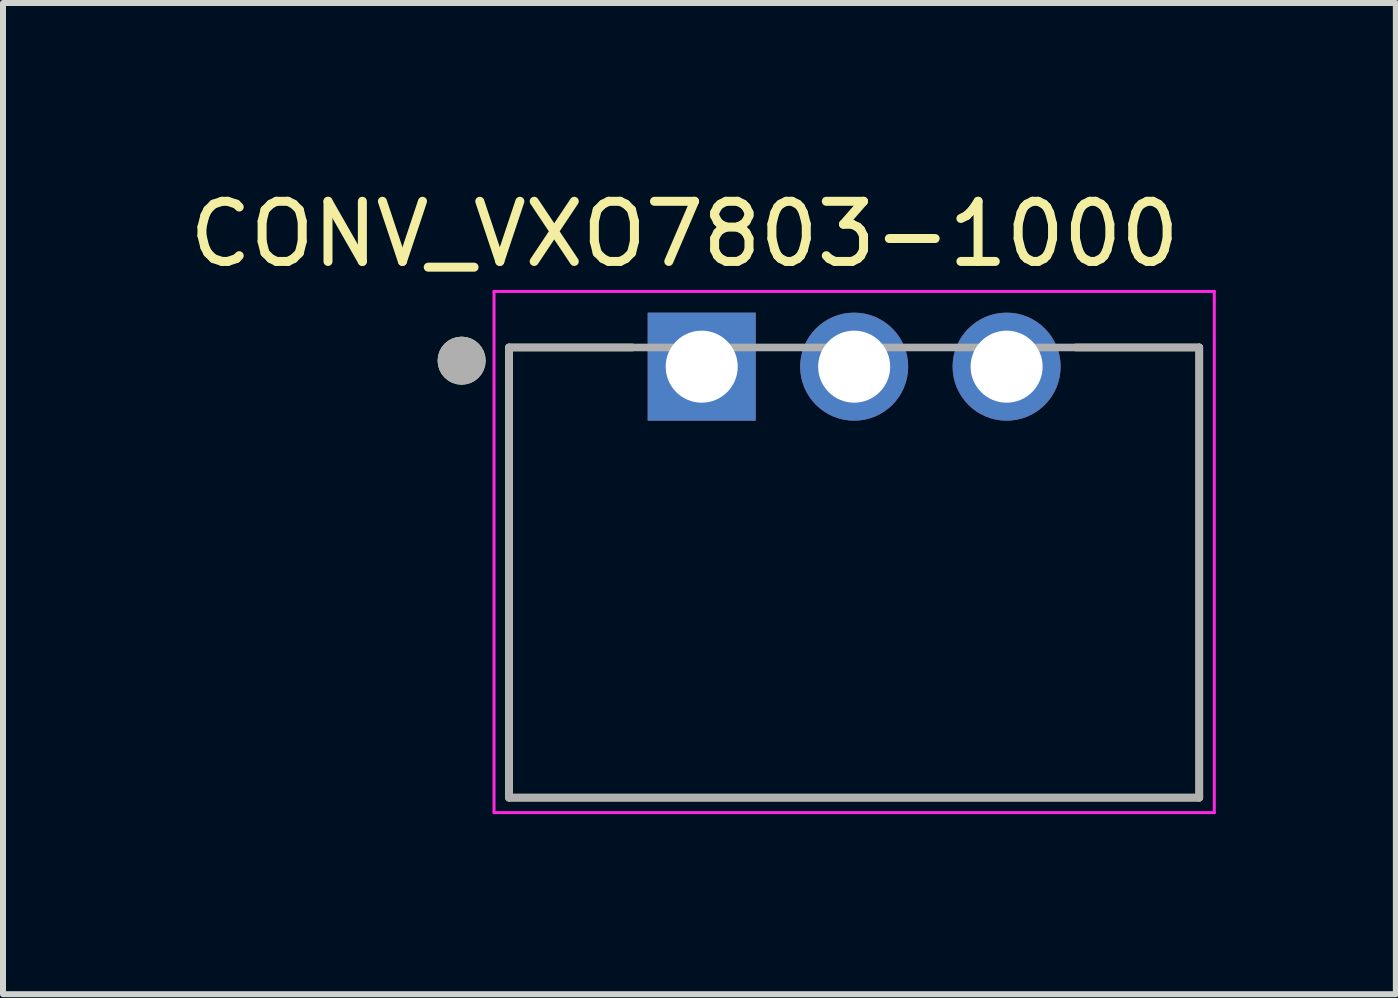
<source format=kicad_pcb>
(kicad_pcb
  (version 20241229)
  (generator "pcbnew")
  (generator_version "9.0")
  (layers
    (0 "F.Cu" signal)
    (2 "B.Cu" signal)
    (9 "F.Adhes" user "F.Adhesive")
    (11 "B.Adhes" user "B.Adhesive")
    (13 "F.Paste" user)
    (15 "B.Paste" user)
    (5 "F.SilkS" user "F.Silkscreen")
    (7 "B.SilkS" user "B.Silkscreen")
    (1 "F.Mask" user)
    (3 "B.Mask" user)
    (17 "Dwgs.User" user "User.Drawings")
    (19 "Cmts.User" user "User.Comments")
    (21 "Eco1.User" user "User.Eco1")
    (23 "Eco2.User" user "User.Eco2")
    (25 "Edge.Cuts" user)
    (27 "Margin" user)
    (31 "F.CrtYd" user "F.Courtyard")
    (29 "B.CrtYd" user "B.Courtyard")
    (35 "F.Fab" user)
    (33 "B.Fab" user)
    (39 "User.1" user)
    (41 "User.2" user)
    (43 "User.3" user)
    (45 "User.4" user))
  (footprint "CONV_VXO7803-1000"
    (layer "F.Cu")
    (at 8.641 3.059)
    (property "Reference" "CONV_VXO7803-1000" (at -0.286 -2.209 0) (layer "F.SilkS") (effects (font (size 1.002 1.002) (thickness 0.15))))
    (attr through_hole)
    (fp_line (start -3.21 -0.32) (end -1.154 -0.32) (stroke (width 0.127) (type solid)) (layer "F.SilkS"))
    (fp_line (start -3.21 7.18) (end -3.21 -0.32) (stroke (width 0.127) (type solid)) (layer "F.SilkS"))
    (fp_line (start 8.29 -0.32) (end 6.234 -0.32) (stroke (width 0.127) (type solid)) (layer "F.SilkS"))
    (fp_line (start 8.29 -0.32) (end 8.29 7.18) (stroke (width 0.127) (type solid)) (layer "F.SilkS"))
    (fp_line (start 8.29 7.18) (end -3.21 7.18) (stroke (width 0.127) (type solid)) (layer "F.SilkS"))
    (fp_circle (center -4 -0.1) (end -3.8 -0.1) (stroke (width 0.4) (type solid)) (fill no) (layer "F.SilkS"))
    (fp_line (start -3.46 -1.254) (end 8.54 -1.254) (stroke (width 0.05) (type solid)) (layer "F.CrtYd"))
    (fp_line (start -3.46 7.43) (end -3.46 -1.254) (stroke (width 0.05) (type solid)) (layer "F.CrtYd"))
    (fp_line (start 8.54 -1.254) (end 8.54 7.43) (stroke (width 0.05) (type solid)) (layer "F.CrtYd"))
    (fp_line (start 8.54 7.43) (end -3.46 7.43) (stroke (width 0.05) (type solid)) (layer "F.CrtYd"))
    (fp_line (start -3.21 -0.32) (end 8.29 -0.32) (stroke (width 0.127) (type solid)) (layer "F.Fab"))
    (fp_line (start -3.21 7.18) (end -3.21 -0.32) (stroke (width 0.127) (type solid)) (layer "F.Fab"))
    (fp_line (start 8.29 -0.32) (end 8.29 7.18) (stroke (width 0.127) (type solid)) (layer "F.Fab"))
    (fp_line (start 8.29 7.18) (end -3.21 7.18) (stroke (width 0.127) (type solid)) (layer "F.Fab"))
    (fp_circle (center -4 -0.1) (end -3.8 -0.1) (stroke (width 0.4) (type solid)) (fill no) (layer "F.Fab"))
    (fp_circle (center 0.01 -0.01) (end 0.21 -0.01) (stroke (width 0.4) (type solid)) (fill no) (layer "F.Fab"))
    (pad "1" thru_hole rect (at 0 0) (size 1.8 1.8) (drill 1.2) (layers "*.Cu" "*.Mask"))
    (pad "2" thru_hole circle (at 2.54 0) (size 1.8 1.8) (drill 1.2) (layers "*.Cu" "*.Mask"))
    (pad "3" thru_hole circle (at 5.08 0) (size 1.8 1.8) (drill 1.2) (layers "*.Cu" "*.Mask")))
  (gr_rect
    (start -3 -3)
    (end 20.206 13.514)
    (stroke (width 0.1) (type default))
    (fill no)
    (layer "Edge.Cuts")))
</source>
